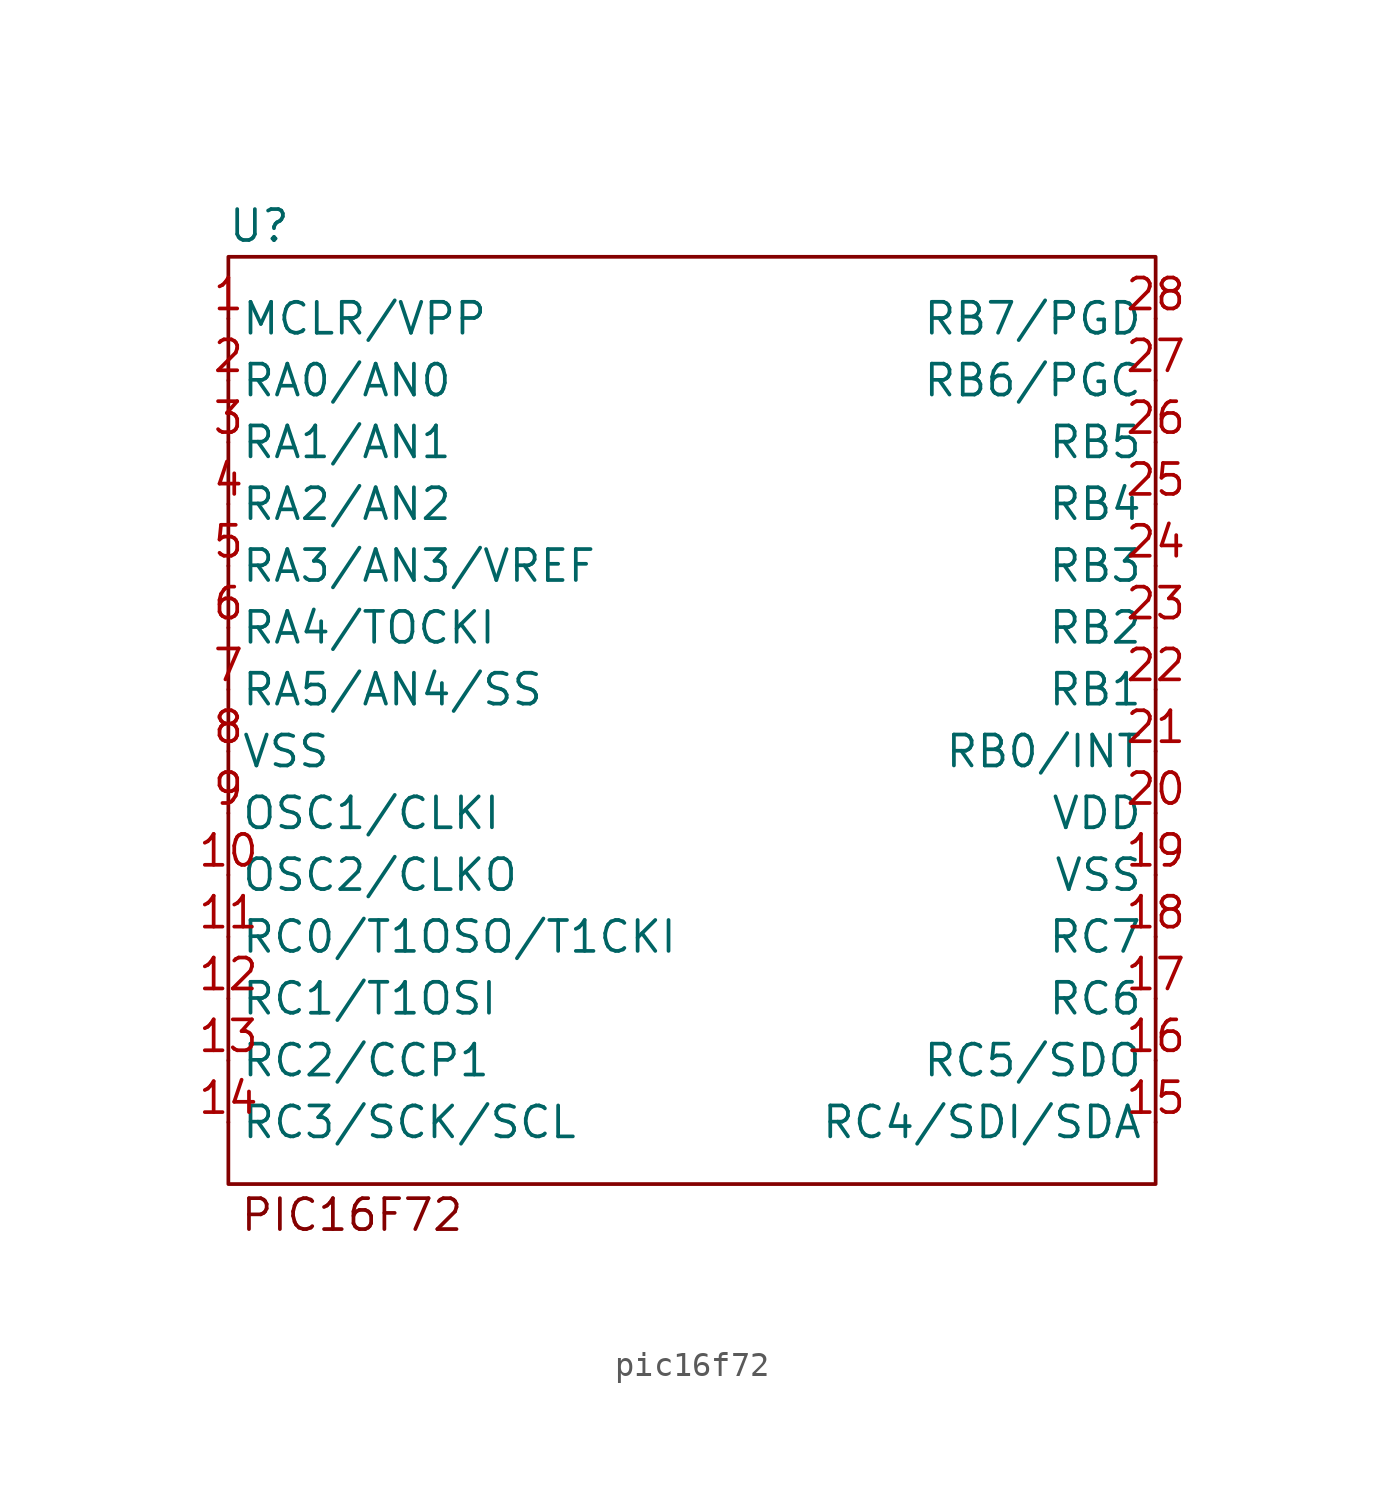
<source format=kicad_sym>
(kicad_symbol_lib
  (version 20220914)
  (generator kicad_symbol_editor)
  (symbol "pic16f72"
    (property "Reference" "U"
      (at -19.05 19.05 0)
      (effects (font (size 1.27 1.27))))
    (property "Value" ""
      (at -8.89 6.35 0)
      (effects (font (size 1.27 1.27))))
    (symbol "pic16f72_0_1"
      (rectangle (start -20.32 17.78) (end 17.78 -20.32) (stroke (width 0) (type default)) (fill (type none))))
    (symbol "pic16f72_1_1"
      (text "PIC16F72" (at -15.24 -21.59 0) (effects (font (size 1.27 1.27))))
      (pin power_in line (at -20.32 15.24 0) (length 0) (name "MCLR/VPP" (effects (font (size 1.27 1.27)))) (number "1" (effects (font (size 1.27 1.27)))))
      (pin bidirectional line (at -20.32 -7.62 0) (length 0) (name "OSC2/CLKO" (effects (font (size 1.27 1.27)))) (number "10" (effects (font (size 1.27 1.27)))))
      (pin bidirectional line (at -20.32 -10.16 0) (length 0) (name "RC0/T1OSO/T1CKI" (effects (font (size 1.27 1.27)))) (number "11" (effects (font (size 1.27 1.27)))))
      (pin bidirectional line (at -20.32 -12.7 0) (length 0) (name "RC1/T1OSI" (effects (font (size 1.27 1.27)))) (number "12" (effects (font (size 1.27 1.27)))))
      (pin bidirectional line (at -20.32 -15.24 0) (length 0) (name "RC2/CCP1" (effects (font (size 1.27 1.27)))) (number "13" (effects (font (size 1.27 1.27)))))
      (pin bidirectional line (at -20.32 -17.78 0) (length 0) (name "RC3/SCK/SCL" (effects (font (size 1.27 1.27)))) (number "14" (effects (font (size 1.27 1.27)))))
      (pin bidirectional line (at 17.78 -17.78 180) (length 0) (name "RC4/SDI/SDA" (effects (font (size 1.27 1.27)))) (number "15" (effects (font (size 1.27 1.27)))))
      (pin bidirectional line (at 17.78 -15.24 180) (length 0) (name "RC5/SDO" (effects (font (size 1.27 1.27)))) (number "16" (effects (font (size 1.27 1.27)))))
      (pin bidirectional line (at 17.78 -12.7 180) (length 0) (name "RC6" (effects (font (size 1.27 1.27)))) (number "17" (effects (font (size 1.27 1.27)))))
      (pin bidirectional line (at 17.78 -10.16 180) (length 0) (name "RC7" (effects (font (size 1.27 1.27)))) (number "18" (effects (font (size 1.27 1.27)))))
      (pin power_in line (at 17.78 -7.62 180) (length 0) (name "VSS" (effects (font (size 1.27 1.27)))) (number "19" (effects (font (size 1.27 1.27)))))
      (pin bidirectional line (at -20.32 12.7 0) (length 0) (name "RA0/AN0" (effects (font (size 1.27 1.27)))) (number "2" (effects (font (size 1.27 1.27)))))
      (pin power_in line (at 17.78 -5.08 180) (length 0) (name "VDD" (effects (font (size 1.27 1.27)))) (number "20" (effects (font (size 1.27 1.27)))))
      (pin bidirectional line (at 17.78 -2.54 180) (length 0) (name "RB0/INT" (effects (font (size 1.27 1.27)))) (number "21" (effects (font (size 1.27 1.27)))))
      (pin bidirectional line (at 17.78 0 180) (length 0) (name "RB1" (effects (font (size 1.27 1.27)))) (number "22" (effects (font (size 1.27 1.27)))))
      (pin bidirectional line (at 17.78 2.54 180) (length 0) (name "RB2" (effects (font (size 1.27 1.27)))) (number "23" (effects (font (size 1.27 1.27)))))
      (pin bidirectional line (at 17.78 5.08 180) (length 0) (name "RB3" (effects (font (size 1.27 1.27)))) (number "24" (effects (font (size 1.27 1.27)))))
      (pin bidirectional line (at 17.78 7.62 180) (length 0) (name "RB4" (effects (font (size 1.27 1.27)))) (number "25" (effects (font (size 1.27 1.27)))))
      (pin bidirectional line (at 17.78 10.16 180) (length 0) (name "RB5" (effects (font (size 1.27 1.27)))) (number "26" (effects (font (size 1.27 1.27)))))
      (pin bidirectional line (at 17.78 12.7 180) (length 0) (name "RB6/PGC" (effects (font (size 1.27 1.27)))) (number "27" (effects (font (size 1.27 1.27)))))
      (pin bidirectional line (at 17.78 15.24 180) (length 0) (name "RB7/PGD" (effects (font (size 1.27 1.27)))) (number "28" (effects (font (size 1.27 1.27)))))
      (pin bidirectional line (at -20.32 10.16 0) (length 0) (name "RA1/AN1" (effects (font (size 1.27 1.27)))) (number "3" (effects (font (size 1.27 1.27)))))
      (pin bidirectional line (at -20.32 7.62 0) (length 0) (name "RA2/AN2" (effects (font (size 1.27 1.27)))) (number "4" (effects (font (size 1.27 1.27)))))
      (pin bidirectional line (at -20.32 5.08 0) (length 0) (name "RA3/AN3/VREF" (effects (font (size 1.27 1.27)))) (number "5" (effects (font (size 1.27 1.27)))))
      (pin bidirectional line (at -20.32 2.54 0) (length 0) (name "RA4/TOCKI" (effects (font (size 1.27 1.27)))) (number "6" (effects (font (size 1.27 1.27)))))
      (pin bidirectional line (at -20.32 0 0) (length 0) (name "RA5/AN4/SS" (effects (font (size 1.27 1.27)))) (number "7" (effects (font (size 1.27 1.27)))))
      (pin power_in line (at -20.32 -2.54 0) (length 0) (name "VSS" (effects (font (size 1.27 1.27)))) (number "8" (effects (font (size 1.27 1.27)))))
      (pin bidirectional line (at -20.32 -5.08 0) (length 0) (name "OSC1/CLKI" (effects (font (size 1.27 1.27)))) (number "9" (effects (font (size 1.27 1.27))))))))
</source>
